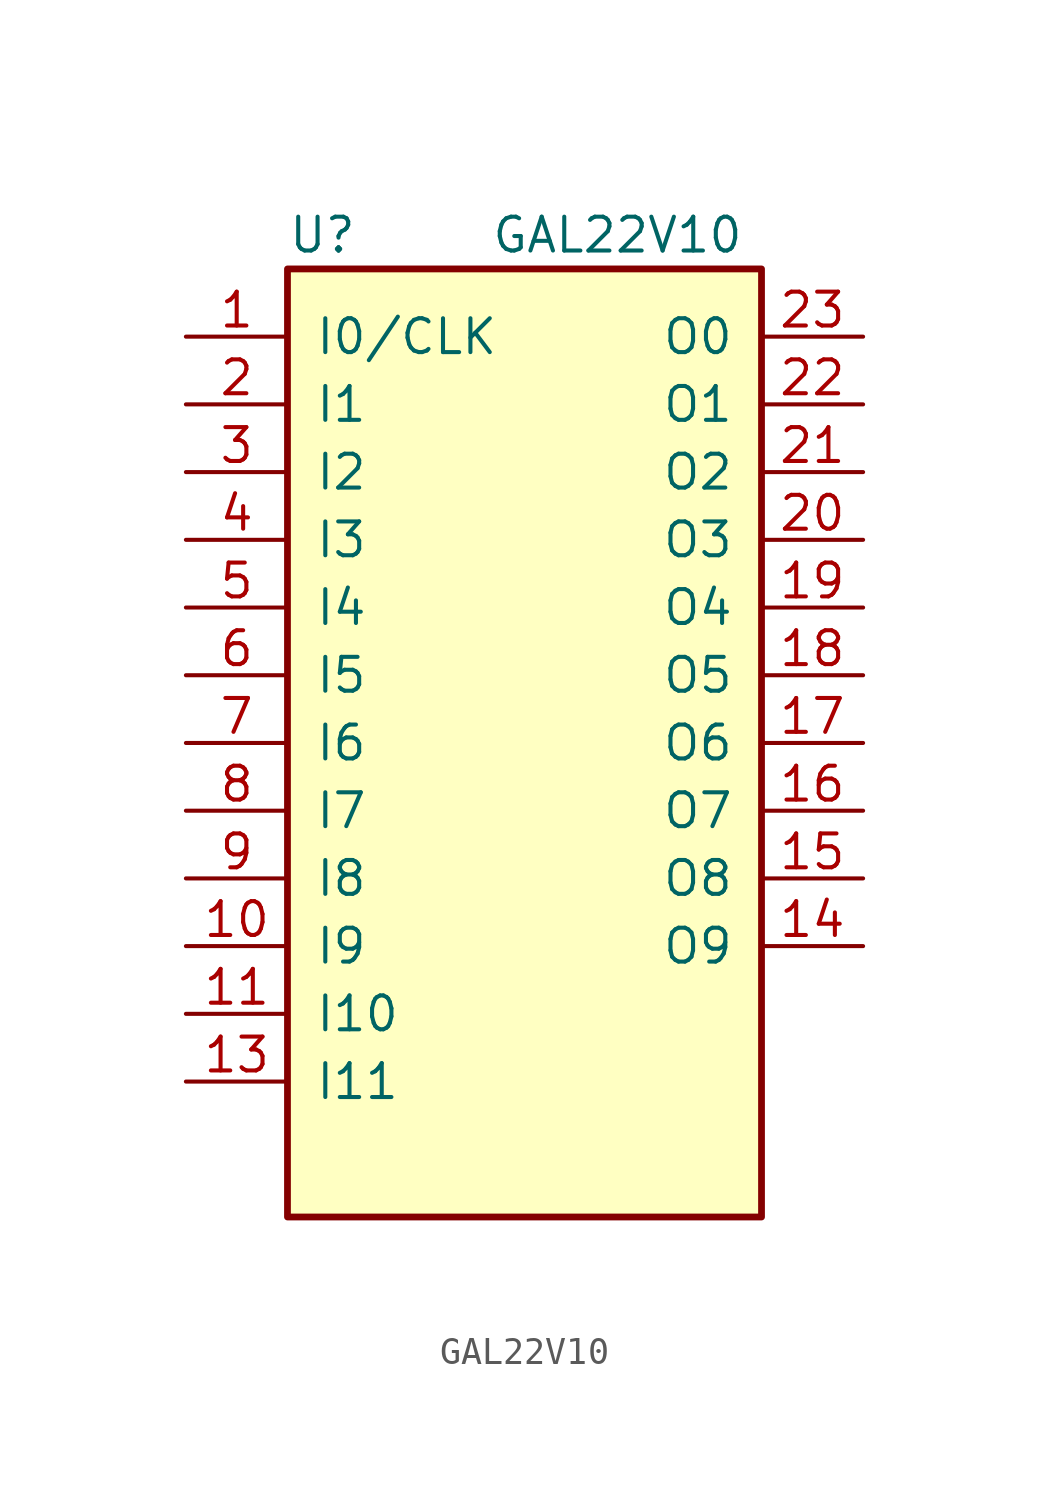
<source format=kicad_sym>
(kicad_symbol_lib
  (version 20211014)
  (generator kicad_symbol_editor)
  (symbol "GAL22V10"
    (pin_names
      (offset 1.016))
    (property "Reference" "U"
      (at -8.89 19.05 0)
      (effects (font (size 1.27 1.27)) (justify left)))
    (property "Value" "GAL22V10"
      (at -1.27 19.05 0)
      (effects (font (size 1.27 1.27)) (justify left)))
    (symbol "GAL22V10_0_1"
      (rectangle (start -8.89 -17.78) (end 8.89 17.78) (stroke (width 0.254) (type default) (color 0 0 0 0)) (fill (type background))))
    (symbol "GAL22V10_1_1"
      (pin input line (at -12.7 15.24 0) (length 3.81) (name "I0/CLK" (effects (font (size 1.27 1.27)))) (number "1" (effects (font (size 1.27 1.27)))))
      (pin input line (at -12.7 -7.62 0) (length 3.81) (name "I9" (effects (font (size 1.27 1.27)))) (number "10" (effects (font (size 1.27 1.27)))))
      (pin input line (at -12.7 -10.16 0) (length 3.81) (name "I10" (effects (font (size 1.27 1.27)))) (number "11" (effects (font (size 1.27 1.27)))))
      (pin power_in line (at 0 -17.78 90) (length 0) hide (name "GND" (effects (font (size 1.27 1.27)))) (number "12" (effects (font (size 1.27 1.27)))))
      (pin input line (at -12.7 -12.7 0) (length 3.81) (name "I11" (effects (font (size 1.27 1.27)))) (number "13" (effects (font (size 1.27 1.27)))))
      (pin bidirectional line (at 12.7 -7.62 180) (length 3.81) (name "O9" (effects (font (size 1.27 1.27)))) (number "14" (effects (font (size 1.27 1.27)))))
      (pin bidirectional line (at 12.7 -5.08 180) (length 3.81) (name "O8" (effects (font (size 1.27 1.27)))) (number "15" (effects (font (size 1.27 1.27)))))
      (pin bidirectional line (at 12.7 -2.54 180) (length 3.81) (name "O7" (effects (font (size 1.27 1.27)))) (number "16" (effects (font (size 1.27 1.27)))))
      (pin bidirectional line (at 12.7 0 180) (length 3.81) (name "O6" (effects (font (size 1.27 1.27)))) (number "17" (effects (font (size 1.27 1.27)))))
      (pin bidirectional line (at 12.7 2.54 180) (length 3.81) (name "O5" (effects (font (size 1.27 1.27)))) (number "18" (effects (font (size 1.27 1.27)))))
      (pin bidirectional line (at 12.7 5.08 180) (length 3.81) (name "O4" (effects (font (size 1.27 1.27)))) (number "19" (effects (font (size 1.27 1.27)))))
      (pin input line (at -12.7 12.7 0) (length 3.81) (name "I1" (effects (font (size 1.27 1.27)))) (number "2" (effects (font (size 1.27 1.27)))))
      (pin bidirectional line (at 12.7 7.62 180) (length 3.81) (name "O3" (effects (font (size 1.27 1.27)))) (number "20" (effects (font (size 1.27 1.27)))))
      (pin bidirectional line (at 12.7 10.16 180) (length 3.81) (name "O2" (effects (font (size 1.27 1.27)))) (number "21" (effects (font (size 1.27 1.27)))))
      (pin bidirectional line (at 12.7 12.7 180) (length 3.81) (name "O1" (effects (font (size 1.27 1.27)))) (number "22" (effects (font (size 1.27 1.27)))))
      (pin bidirectional line (at 12.7 15.24 180) (length 3.81) (name "O0" (effects (font (size 1.27 1.27)))) (number "23" (effects (font (size 1.27 1.27)))))
      (pin power_in line (at 0 17.78 270) (length 0) hide (name "VCC" (effects (font (size 1.27 1.27)))) (number "24" (effects (font (size 1.27 1.27)))))
      (pin input line (at -12.7 10.16 0) (length 3.81) (name "I2" (effects (font (size 1.27 1.27)))) (number "3" (effects (font (size 1.27 1.27)))))
      (pin input line (at -12.7 7.62 0) (length 3.81) (name "I3" (effects (font (size 1.27 1.27)))) (number "4" (effects (font (size 1.27 1.27)))))
      (pin input line (at -12.7 5.08 0) (length 3.81) (name "I4" (effects (font (size 1.27 1.27)))) (number "5" (effects (font (size 1.27 1.27)))))
      (pin input line (at -12.7 2.54 0) (length 3.81) (name "I5" (effects (font (size 1.27 1.27)))) (number "6" (effects (font (size 1.27 1.27)))))
      (pin input line (at -12.7 0 0) (length 3.81) (name "I6" (effects (font (size 1.27 1.27)))) (number "7" (effects (font (size 1.27 1.27)))))
      (pin input line (at -12.7 -2.54 0) (length 3.81) (name "I7" (effects (font (size 1.27 1.27)))) (number "8" (effects (font (size 1.27 1.27)))))
      (pin input line (at -12.7 -5.08 0) (length 3.81) (name "I8" (effects (font (size 1.27 1.27)))) (number "9" (effects (font (size 1.27 1.27))))))))
</source>
